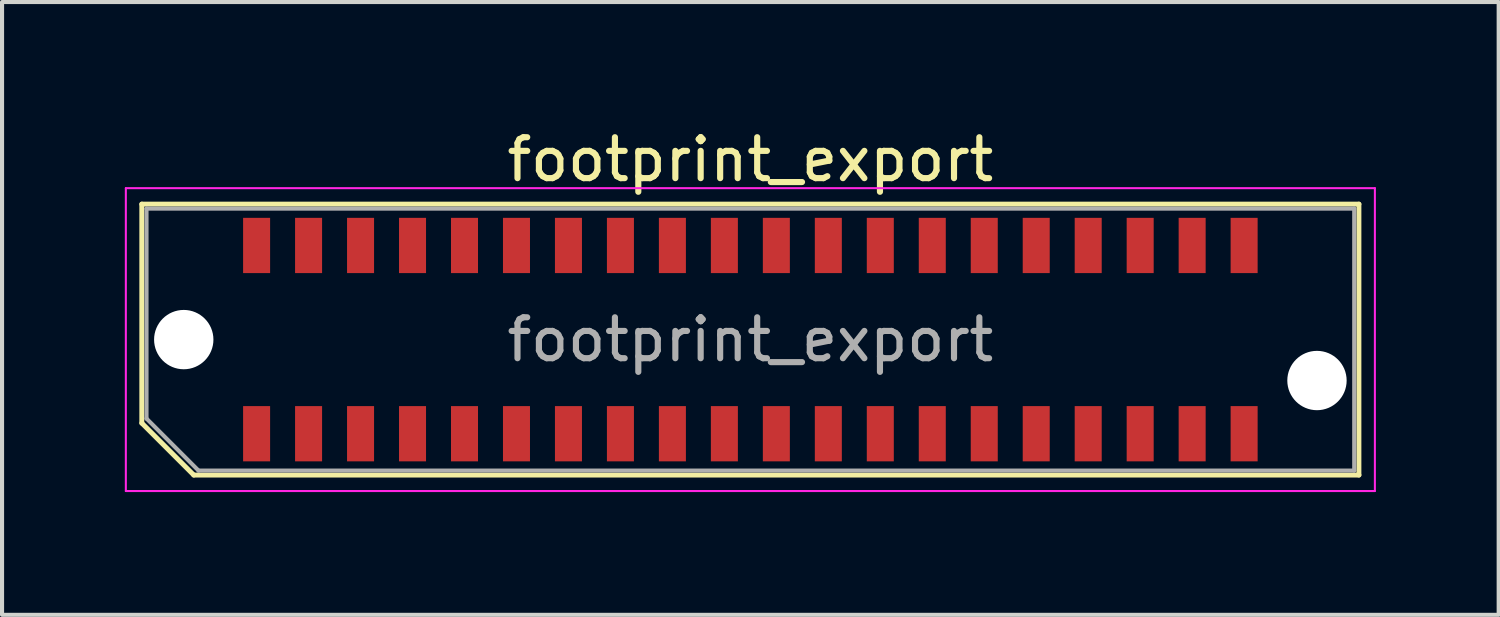
<source format=kicad_pcb>
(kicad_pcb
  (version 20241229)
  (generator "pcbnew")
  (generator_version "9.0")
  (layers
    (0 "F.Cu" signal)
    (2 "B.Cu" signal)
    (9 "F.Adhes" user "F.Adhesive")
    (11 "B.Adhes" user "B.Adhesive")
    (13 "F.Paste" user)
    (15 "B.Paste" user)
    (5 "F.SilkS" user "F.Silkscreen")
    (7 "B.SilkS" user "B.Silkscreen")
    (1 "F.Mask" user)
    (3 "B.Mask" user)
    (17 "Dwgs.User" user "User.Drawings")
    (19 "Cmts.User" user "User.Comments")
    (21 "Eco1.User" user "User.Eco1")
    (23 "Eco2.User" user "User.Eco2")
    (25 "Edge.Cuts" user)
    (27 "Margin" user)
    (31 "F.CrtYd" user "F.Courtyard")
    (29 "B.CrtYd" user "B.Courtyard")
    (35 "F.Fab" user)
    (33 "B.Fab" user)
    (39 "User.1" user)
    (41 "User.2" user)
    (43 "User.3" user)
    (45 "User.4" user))
  (footprint "footprint_export"
    (layer "F.Cu")
    (at 15.285 5.248)
    (property "Reference" "footprint_export" (at 0 -4.4 0) (layer "F.SilkS") (effects (font (size 1 1) (thickness 0.15))))
    (attr smd)
    (fp_line (start -14.87 -3.31) (end 14.87 -3.31) (stroke (width 0.12) (type solid)) (layer "F.SilkS"))
    (fp_line (start -14.87 2.04) (end -14.87 -3.31) (stroke (width 0.12) (type solid)) (layer "F.SilkS"))
    (fp_line (start -13.6 3.31) (end -14.87 2.04) (stroke (width 0.12) (type solid)) (layer "F.SilkS"))
    (fp_line (start -13.6 3.31) (end 14.87 3.31) (stroke (width 0.12) (type solid)) (layer "F.SilkS"))
    (fp_line (start 14.87 3.31) (end 14.87 -3.31) (stroke (width 0.12) (type solid)) (layer "F.SilkS"))
    (fp_line (start -15.26 -3.7) (end -15.26 3.7) (stroke (width 0.05) (type solid)) (layer "F.CrtYd"))
    (fp_line (start -15.26 3.7) (end 15.26 3.7) (stroke (width 0.05) (type solid)) (layer "F.CrtYd"))
    (fp_line (start 15.26 -3.7) (end -15.26 -3.7) (stroke (width 0.05) (type solid)) (layer "F.CrtYd"))
    (fp_line (start 15.26 3.7) (end 15.26 -3.7) (stroke (width 0.05) (type solid)) (layer "F.CrtYd"))
    (fp_line (start -14.755 -3.2) (end 14.755 -3.2) (stroke (width 0.1) (type solid)) (layer "F.Fab"))
    (fp_line (start -14.755 1.93) (end -14.755 -3.2) (stroke (width 0.1) (type solid)) (layer "F.Fab"))
    (fp_line (start -14.755 1.93) (end -13.485 3.2) (stroke (width 0.1) (type solid)) (layer "F.Fab"))
    (fp_line (start -13.485 3.2) (end 14.755 3.2) (stroke (width 0.1) (type solid)) (layer "F.Fab"))
    (fp_line (start 14.755 3.2) (end 14.755 -3.2) (stroke (width 0.1) (type solid)) (layer "F.Fab"))
    (fp_text user "${REFERENCE}" (at 0 0 0) (layer "F.Fab") (effects (font (size 1 1) (thickness 0.15))))
    (pad "" np_thru_hole circle (at -13.845 0) (size 1.45 1.45) (drill 1.45) (layers "*.Cu" "*.Mask"))
    (pad "" np_thru_hole circle (at 13.845 1) (size 1.45 1.45) (drill 1.45) (layers "*.Cu" "*.Mask"))
    (pad "1" smd rect (at -12.065 2.3) (size 0.66 1.35) (layers "F.Cu" "F.Mask" "F.Paste"))
    (pad "2" smd rect (at -12.065 -2.3) (size 0.66 1.35) (layers "F.Cu" "F.Mask" "F.Paste"))
    (pad "3" smd rect (at -10.795 2.3) (size 0.66 1.35) (layers "F.Cu" "F.Mask" "F.Paste"))
    (pad "4" smd rect (at -10.795 -2.3) (size 0.66 1.35) (layers "F.Cu" "F.Mask" "F.Paste"))
    (pad "5" smd rect (at -9.525 2.3) (size 0.66 1.35) (layers "F.Cu" "F.Mask" "F.Paste"))
    (pad "6" smd rect (at -9.525 -2.3) (size 0.66 1.35) (layers "F.Cu" "F.Mask" "F.Paste"))
    (pad "7" smd rect (at -8.255 2.3) (size 0.66 1.35) (layers "F.Cu" "F.Mask" "F.Paste"))
    (pad "8" smd rect (at -8.255 -2.3) (size 0.66 1.35) (layers "F.Cu" "F.Mask" "F.Paste"))
    (pad "9" smd rect (at -6.985 2.3) (size 0.66 1.35) (layers "F.Cu" "F.Mask" "F.Paste"))
    (pad "10" smd rect (at -6.985 -2.3) (size 0.66 1.35) (layers "F.Cu" "F.Mask" "F.Paste"))
    (pad "11" smd rect (at -5.715 2.3) (size 0.66 1.35) (layers "F.Cu" "F.Mask" "F.Paste"))
    (pad "12" smd rect (at -5.715 -2.3) (size 0.66 1.35) (layers "F.Cu" "F.Mask" "F.Paste"))
    (pad "13" smd rect (at -4.445 2.3) (size 0.66 1.35) (layers "F.Cu" "F.Mask" "F.Paste"))
    (pad "14" smd rect (at -4.445 -2.3) (size 0.66 1.35) (layers "F.Cu" "F.Mask" "F.Paste"))
    (pad "15" smd rect (at -3.175 2.3) (size 0.66 1.35) (layers "F.Cu" "F.Mask" "F.Paste"))
    (pad "16" smd rect (at -3.175 -2.3) (size 0.66 1.35) (layers "F.Cu" "F.Mask" "F.Paste"))
    (pad "17" smd rect (at -1.905 2.3) (size 0.66 1.35) (layers "F.Cu" "F.Mask" "F.Paste"))
    (pad "18" smd rect (at -1.905 -2.3) (size 0.66 1.35) (layers "F.Cu" "F.Mask" "F.Paste"))
    (pad "19" smd rect (at -0.635 2.3) (size 0.66 1.35) (layers "F.Cu" "F.Mask" "F.Paste"))
    (pad "20" smd rect (at -0.635 -2.3) (size 0.66 1.35) (layers "F.Cu" "F.Mask" "F.Paste"))
    (pad "21" smd rect (at 0.635 2.3) (size 0.66 1.35) (layers "F.Cu" "F.Mask" "F.Paste"))
    (pad "22" smd rect (at 0.635 -2.3) (size 0.66 1.35) (layers "F.Cu" "F.Mask" "F.Paste"))
    (pad "23" smd rect (at 1.905 2.3) (size 0.66 1.35) (layers "F.Cu" "F.Mask" "F.Paste"))
    (pad "24" smd rect (at 1.905 -2.3) (size 0.66 1.35) (layers "F.Cu" "F.Mask" "F.Paste"))
    (pad "25" smd rect (at 3.175 2.3) (size 0.66 1.35) (layers "F.Cu" "F.Mask" "F.Paste"))
    (pad "26" smd rect (at 3.175 -2.3) (size 0.66 1.35) (layers "F.Cu" "F.Mask" "F.Paste"))
    (pad "27" smd rect (at 4.445 2.3) (size 0.66 1.35) (layers "F.Cu" "F.Mask" "F.Paste"))
    (pad "28" smd rect (at 4.445 -2.3) (size 0.66 1.35) (layers "F.Cu" "F.Mask" "F.Paste"))
    (pad "29" smd rect (at 5.715 2.3) (size 0.66 1.35) (layers "F.Cu" "F.Mask" "F.Paste"))
    (pad "30" smd rect (at 5.715 -2.3) (size 0.66 1.35) (layers "F.Cu" "F.Mask" "F.Paste"))
    (pad "31" smd rect (at 6.985 2.3) (size 0.66 1.35) (layers "F.Cu" "F.Mask" "F.Paste"))
    (pad "32" smd rect (at 6.985 -2.3) (size 0.66 1.35) (layers "F.Cu" "F.Mask" "F.Paste"))
    (pad "33" smd rect (at 8.255 2.3) (size 0.66 1.35) (layers "F.Cu" "F.Mask" "F.Paste"))
    (pad "34" smd rect (at 8.255 -2.3) (size 0.66 1.35) (layers "F.Cu" "F.Mask" "F.Paste"))
    (pad "35" smd rect (at 9.525 2.3) (size 0.66 1.35) (layers "F.Cu" "F.Mask" "F.Paste"))
    (pad "36" smd rect (at 9.525 -2.3) (size 0.66 1.35) (layers "F.Cu" "F.Mask" "F.Paste"))
    (pad "37" smd rect (at 10.795 2.3) (size 0.66 1.35) (layers "F.Cu" "F.Mask" "F.Paste"))
    (pad "38" smd rect (at 10.795 -2.3) (size 0.66 1.35) (layers "F.Cu" "F.Mask" "F.Paste"))
    (pad "39" smd rect (at 12.065 2.3) (size 0.66 1.35) (layers "F.Cu" "F.Mask" "F.Paste"))
    (pad "40" smd rect (at 12.065 -2.3) (size 0.66 1.35) (layers "F.Cu" "F.Mask" "F.Paste")))
  (gr_rect
    (start -3 -3)
    (end 33.57 11.973)
    (stroke (width 0.1) (type default))
    (fill no)
    (layer "Edge.Cuts")))
</source>
